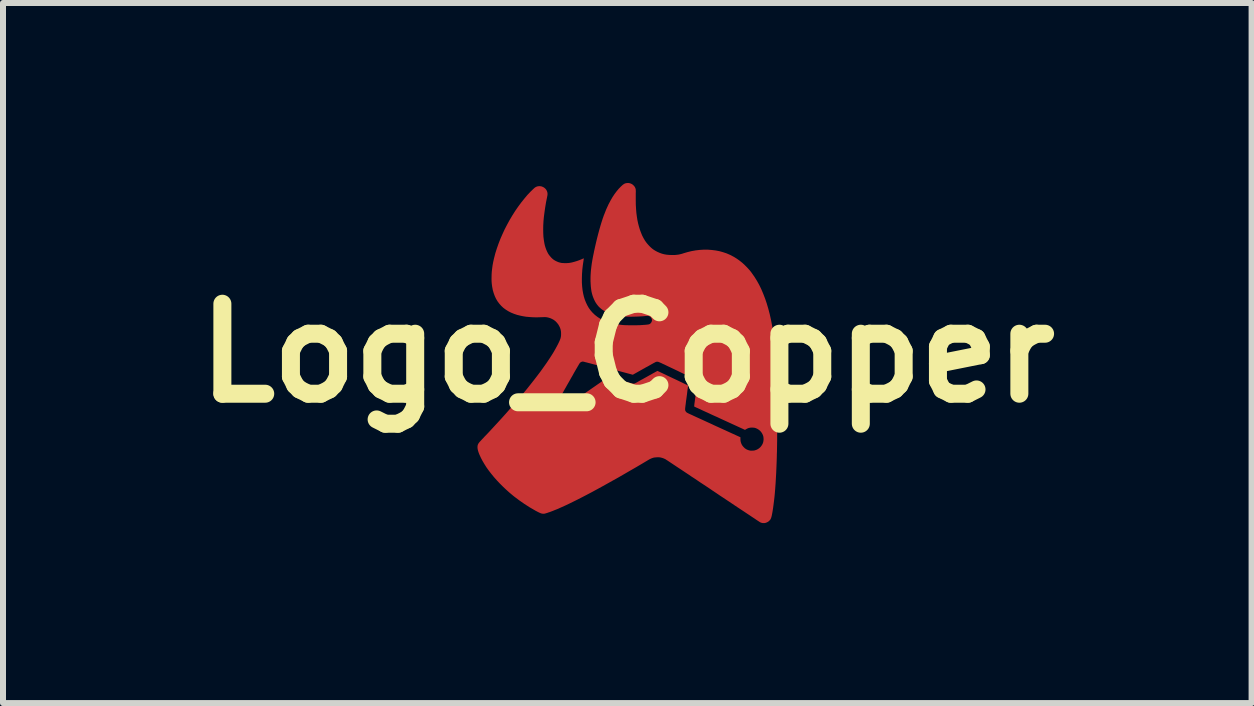
<source format=kicad_pcb>
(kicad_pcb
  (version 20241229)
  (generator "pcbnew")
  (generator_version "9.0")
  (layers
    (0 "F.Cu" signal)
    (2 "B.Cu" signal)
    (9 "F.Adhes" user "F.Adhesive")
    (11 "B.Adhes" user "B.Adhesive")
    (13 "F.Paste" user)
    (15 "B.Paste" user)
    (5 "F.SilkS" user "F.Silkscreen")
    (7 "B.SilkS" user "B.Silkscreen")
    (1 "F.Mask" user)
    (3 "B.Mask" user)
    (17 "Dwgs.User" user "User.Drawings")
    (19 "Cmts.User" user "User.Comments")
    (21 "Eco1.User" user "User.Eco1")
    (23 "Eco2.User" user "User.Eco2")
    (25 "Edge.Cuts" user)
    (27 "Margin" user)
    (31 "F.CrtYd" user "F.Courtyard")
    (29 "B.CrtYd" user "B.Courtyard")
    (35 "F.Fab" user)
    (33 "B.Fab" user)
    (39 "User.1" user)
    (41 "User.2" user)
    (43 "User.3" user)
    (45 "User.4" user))
  (footprint "Logo_Copper"
    (layer "F.Cu")
    (at 7.407 2.835)
    (property "Reference" "Logo_Copper" (at 0 0 0) (layer "F.SilkS") (effects (font (size 1.5 1.5) (thickness 0.3))))
    (attr board_only exclude_from_pos_files exclude_from_bom)
    (fp_poly (pts (xy 0.036 -2.832) (xy 0.058 -2.825) (xy 0.079 -2.815) (xy 0.097 -2.801) (xy 0.113 -2.785) (xy 0.126 -2.767) (xy 0.129 -2.761) (xy 0.132 -2.754) (xy 0.135 -2.748) (xy 0.137 -2.742) (xy 0.138 -2.736) (xy 0.14 -2.729) (xy 0.141 -2.721) (xy 0.141 -2.711) (xy 0.142 -2.699) (xy 0.142 -2.684) (xy 0.141 -2.666) (xy 0.141 -2.644) (xy 0.141 -2.62) (xy 0.141 -2.544) (xy 0.142 -2.472) (xy 0.146 -2.404) (xy 0.151 -2.339) (xy 0.159 -2.277) (xy 0.168 -2.219) (xy 0.18 -2.162) (xy 0.194 -2.109) (xy 0.208 -2.062) (xy 0.227 -2.01) (xy 0.247 -1.961) (xy 0.27 -1.916) (xy 0.294 -1.875) (xy 0.321 -1.837) (xy 0.351 -1.802) (xy 0.365 -1.787) (xy 0.389 -1.763) (xy 0.413 -1.742) (xy 0.437 -1.724) (xy 0.462 -1.708) (xy 0.489 -1.693) (xy 0.503 -1.686) (xy 0.539 -1.67) (xy 0.575 -1.657) (xy 0.612 -1.647) (xy 0.65 -1.64) (xy 0.691 -1.636) (xy 0.735 -1.634) (xy 0.744 -1.634) (xy 0.776 -1.634) (xy 0.804 -1.635) (xy 0.83 -1.638) (xy 0.854 -1.641) (xy 0.878 -1.646) (xy 0.902 -1.652) (xy 0.927 -1.659) (xy 0.934 -1.662) (xy 1.002 -1.682) (xy 1.071 -1.699) (xy 1.139 -1.711) (xy 1.207 -1.719) (xy 1.275 -1.723) (xy 1.341 -1.723) (xy 1.407 -1.718) (xy 1.472 -1.71) (xy 1.535 -1.698) (xy 1.596 -1.681) (xy 1.656 -1.661) (xy 1.714 -1.636) (xy 1.732 -1.627) (xy 1.782 -1.6) (xy 1.828 -1.571) (xy 1.873 -1.539) (xy 1.917 -1.504) (xy 1.96 -1.464) (xy 1.971 -1.453) (xy 1.995 -1.429) (xy 2.016 -1.406) (xy 2.036 -1.384) (xy 2.055 -1.361) (xy 2.074 -1.336) (xy 2.08 -1.327) (xy 2.122 -1.267) (xy 2.161 -1.204) (xy 2.199 -1.136) (xy 2.234 -1.064) (xy 2.266 -0.988) (xy 2.297 -0.908) (xy 2.325 -0.825) (xy 2.351 -0.737) (xy 2.375 -0.645) (xy 2.396 -0.55) (xy 2.415 -0.45) (xy 2.432 -0.347) (xy 2.447 -0.24) (xy 2.459 -0.129) (xy 2.464 -0.077) (xy 2.466 -0.053) (xy 2.468 -0.029) (xy 2.47 -0.006) (xy 2.471 0.017) (xy 2.473 0.041) (xy 2.474 0.065) (xy 2.476 0.091) (xy 2.477 0.118) (xy 2.478 0.146) (xy 2.48 0.177) (xy 2.481 0.21) (xy 2.482 0.246) (xy 2.484 0.284) (xy 2.485 0.326) (xy 2.486 0.372) (xy 2.488 0.421) (xy 2.489 0.475) (xy 2.49 0.489) (xy 2.491 0.555) (xy 2.493 0.625) (xy 2.494 0.697) (xy 2.495 0.77) (xy 2.496 0.846) (xy 2.497 0.922) (xy 2.498 0.998) (xy 2.498 1.075) (xy 2.499 1.152) (xy 2.499 1.227) (xy 2.498 1.301) (xy 2.498 1.373) (xy 2.498 1.444) (xy 2.497 1.511) (xy 2.496 1.575) (xy 2.495 1.636) (xy 2.493 1.692) (xy 2.493 1.705) (xy 2.49 1.808) (xy 2.486 1.906) (xy 2.482 2) (xy 2.477 2.089) (xy 2.472 2.174) (xy 2.466 2.255) (xy 2.46 2.331) (xy 2.453 2.403) (xy 2.445 2.471) (xy 2.437 2.534) (xy 2.429 2.593) (xy 2.42 2.649) (xy 2.412 2.691) (xy 2.408 2.711) (xy 2.404 2.728) (xy 2.4 2.741) (xy 2.396 2.752) (xy 2.392 2.762) (xy 2.388 2.77) (xy 2.383 2.778) (xy 2.368 2.795) (xy 2.351 2.81) (xy 2.331 2.821) (xy 2.31 2.83) (xy 2.287 2.835) (xy 2.265 2.835) (xy 2.255 2.834) (xy 2.233 2.829) (xy 2.216 2.822) (xy 2.213 2.82) (xy 2.206 2.816) (xy 2.196 2.809) (xy 2.182 2.8) (xy 2.165 2.789) (xy 2.145 2.776) (xy 2.122 2.76) (xy 2.096 2.743) (xy 2.066 2.723) (xy 2.035 2.702) (xy 2 2.679) (xy 1.964 2.655) (xy 1.925 2.629) (xy 1.884 2.602) (xy 1.84 2.573) (xy 1.795 2.543) (xy 1.749 2.512) (xy 1.7 2.479) (xy 1.65 2.446) (xy 1.599 2.412) (xy 1.546 2.377) (xy 1.493 2.341) (xy 1.438 2.304) (xy 1.427 2.297) (xy 1.373 2.26) (xy 1.319 2.224) (xy 1.266 2.189) (xy 1.214 2.155) (xy 1.164 2.121) (xy 1.115 2.088) (xy 1.067 2.057) (xy 1.022 2.026) (xy 0.978 1.997) (xy 0.936 1.969) (xy 0.897 1.943) (xy 0.859 1.918) (xy 0.824 1.895) (xy 0.791 1.873) (xy 0.761 1.853) (xy 0.734 1.835) (xy 0.71 1.819) (xy 0.689 1.805) (xy 0.671 1.793) (xy 0.656 1.784) (xy 0.645 1.776) (xy 0.637 1.771) (xy 0.633 1.769) (xy 0.633 1.769) (xy 0.61 1.758) (xy 0.585 1.749) (xy 0.558 1.742) (xy 0.552 1.741) (xy 0.541 1.739) (xy 0.529 1.738) (xy 0.516 1.738) (xy 0.501 1.738) (xy 0.494 1.738) (xy 0.47 1.74) (xy 0.449 1.742) (xy 0.428 1.747) (xy 0.408 1.754) (xy 0.387 1.763) (xy 0.365 1.774) (xy 0.345 1.786) (xy 0.241 1.848) (xy 0.139 1.908) (xy 0.038 1.966) (xy -0.06 2.023) (xy -0.155 2.078) (xy -0.249 2.13) (xy -0.34 2.181) (xy -0.428 2.23) (xy -0.514 2.277) (xy -0.597 2.322) (xy -0.677 2.364) (xy -0.754 2.404) (xy -0.828 2.442) (xy -0.899 2.477) (xy -0.966 2.51) (xy -1.029 2.54) (xy -1.089 2.567) (xy -1.114 2.578) (xy -1.144 2.592) (xy -1.175 2.605) (xy -1.206 2.617) (xy -1.235 2.629) (xy -1.264 2.64) (xy -1.29 2.65) (xy -1.315 2.658) (xy -1.337 2.666) (xy -1.355 2.671) (xy -1.371 2.676) (xy -1.381 2.678) (xy -1.392 2.679) (xy -1.403 2.679) (xy -1.414 2.678) (xy -1.425 2.676) (xy -1.438 2.673) (xy -1.452 2.667) (xy -1.468 2.66) (xy -1.487 2.651) (xy -1.508 2.64) (xy -1.533 2.627) (xy -1.539 2.623) (xy -1.629 2.571) (xy -1.716 2.515) (xy -1.802 2.455) (xy -1.886 2.392) (xy -1.902 2.379) (xy -1.961 2.33) (xy -2.018 2.279) (xy -2.072 2.228) (xy -2.125 2.175) (xy -2.175 2.122) (xy -2.223 2.068) (xy -2.267 2.014) (xy -2.309 1.96) (xy -2.347 1.907) (xy -2.381 1.853) (xy -2.412 1.801) (xy -2.439 1.75) (xy -2.462 1.7) (xy -2.467 1.689) (xy -2.479 1.657) (xy -2.488 1.629) (xy -2.494 1.604) (xy -2.497 1.581) (xy -2.497 1.56) (xy -2.495 1.541) (xy -2.489 1.523) (xy -2.48 1.506) (xy -2.468 1.49) (xy -2.457 1.477) (xy -2.45 1.47) (xy -2.441 1.46) (xy -2.43 1.448) (xy -2.418 1.435) (xy -2.404 1.421) (xy -2.391 1.407) (xy -2.391 1.406) (xy -2.316 1.328) (xy -2.242 1.248) (xy -2.168 1.168) (xy -2.094 1.087) (xy -2.022 1.007) (xy -1.952 0.927) (xy -1.885 0.851) (xy -1.175 0.851) (xy -1.174 0.867) (xy -1.17 0.883) (xy -1.162 0.898) (xy -1.158 0.904) (xy -1.15 0.911) (xy -1.14 0.918) (xy -1.135 0.921) (xy -1.127 0.925) (xy -1.12 0.927) (xy -1.114 0.928) (xy -1.106 0.928) (xy -1.1 0.928) (xy -1.088 0.926) (xy -1.078 0.924) (xy -1.073 0.923) (xy -1.07 0.921) (xy -1.064 0.917) (xy -1.054 0.91) (xy -1.041 0.901) (xy -1.025 0.89) (xy -1.006 0.877) (xy -0.985 0.862) (xy -0.96 0.845) (xy -0.934 0.827) (xy -0.905 0.807) (xy -0.875 0.786) (xy -0.842 0.764) (xy -0.808 0.74) (xy -0.773 0.716) (xy -0.736 0.69) (xy -0.699 0.665) (xy -0.692 0.66) (xy -0.319 0.401) (xy -0.115 0.456) (xy -0.079 0.466) (xy -0.047 0.474) (xy -0.019 0.482) (xy 0.006 0.488) (xy 0.027 0.494) (xy 0.045 0.498) (xy 0.06 0.502) (xy 0.073 0.505) (xy 0.083 0.507) (xy 0.092 0.509) (xy 0.099 0.51) (xy 0.105 0.51) (xy 0.11 0.51) (xy 0.114 0.51) (xy 0.117 0.509) (xy 0.121 0.509) (xy 0.121 0.508) (xy 0.125 0.507) (xy 0.132 0.503) (xy 0.142 0.498) (xy 0.156 0.491) (xy 0.172 0.482) (xy 0.191 0.471) (xy 0.212 0.459) (xy 0.235 0.446) (xy 0.26 0.433) (xy 0.286 0.418) (xy 0.314 0.403) (xy 0.315 0.402) (xy 0.342 0.387) (xy 0.368 0.372) (xy 0.393 0.359) (xy 0.415 0.346) (xy 0.436 0.334) (xy 0.455 0.324) (xy 0.471 0.315) (xy 0.484 0.308) (xy 0.493 0.303) (xy 0.5 0.299) (xy 0.503 0.298) (xy 0.503 0.298) (xy 0.505 0.299) (xy 0.511 0.302) (xy 0.521 0.306) (xy 0.534 0.312) (xy 0.55 0.32) (xy 0.569 0.329) (xy 0.59 0.339) (xy 0.613 0.35) (xy 0.637 0.361) (xy 0.663 0.374) (xy 0.69 0.387) (xy 0.718 0.4) (xy 0.746 0.413) (xy 0.775 0.427) (xy 0.803 0.44) (xy 0.831 0.453) (xy 0.858 0.466) (xy 0.884 0.479) (xy 0.908 0.49) (xy 0.93 0.501) (xy 0.951 0.511) (xy 0.969 0.52) (xy 0.984 0.527) (xy 0.997 0.533) (xy 1.006 0.537) (xy 1.011 0.54) (xy 1.013 0.541) (xy 1.013 0.543) (xy 1.012 0.55) (xy 1.011 0.561) (xy 1.009 0.575) (xy 1.007 0.593) (xy 1.004 0.613) (xy 1.001 0.636) (xy 0.998 0.661) (xy 0.995 0.688) (xy 0.991 0.717) (xy 0.989 0.732) (xy 0.984 0.769) (xy 0.979 0.801) (xy 0.976 0.829) (xy 0.973 0.854) (xy 0.97 0.875) (xy 0.968 0.892) (xy 0.966 0.908) (xy 0.965 0.92) (xy 0.964 0.931) (xy 0.964 0.939) (xy 0.964 0.946) (xy 0.965 0.952) (xy 0.966 0.956) (xy 0.967 0.96) (xy 0.968 0.964) (xy 0.97 0.967) (xy 0.976 0.976) (xy 0.983 0.985) (xy 0.993 0.993) (xy 1.006 1) (xy 1.02 1.007) (xy 1.025 1.01) (xy 1.034 1.014) (xy 1.047 1.02) (xy 1.063 1.027) (xy 1.083 1.036) (xy 1.106 1.047) (xy 1.132 1.059) (xy 1.16 1.072) (xy 1.191 1.086) (xy 1.224 1.101) (xy 1.259 1.117) (xy 1.296 1.134) (xy 1.335 1.152) (xy 1.375 1.17) (xy 1.416 1.189) (xy 1.458 1.209) (xy 1.467 1.213) (xy 1.886 1.404) (xy 1.886 1.434) (xy 1.887 1.456) (xy 1.89 1.476) (xy 1.895 1.494) (xy 1.902 1.513) (xy 1.906 1.522) (xy 1.921 1.547) (xy 1.94 1.569) (xy 1.961 1.589) (xy 1.985 1.605) (xy 2.012 1.617) (xy 2.037 1.624) (xy 2.052 1.627) (xy 2.069 1.628) (xy 2.088 1.627) (xy 2.106 1.626) (xy 2.121 1.624) (xy 2.124 1.623) (xy 2.152 1.614) (xy 2.178 1.601) (xy 2.202 1.584) (xy 2.223 1.564) (xy 2.24 1.541) (xy 2.255 1.516) (xy 2.265 1.488) (xy 2.267 1.479) (xy 2.27 1.46) (xy 2.272 1.439) (xy 2.271 1.418) (xy 2.269 1.397) (xy 2.264 1.379) (xy 2.264 1.377) (xy 2.252 1.349) (xy 2.236 1.323) (xy 2.217 1.3) (xy 2.195 1.281) (xy 2.17 1.265) (xy 2.165 1.263) (xy 2.145 1.253) (xy 2.125 1.247) (xy 2.105 1.244) (xy 2.082 1.243) (xy 2.079 1.243) (xy 2.05 1.244) (xy 2.022 1.25) (xy 1.996 1.261) (xy 1.973 1.274) (xy 1.962 1.281) (xy 1.539 1.087) (xy 1.497 1.067) (xy 1.456 1.049) (xy 1.416 1.031) (xy 1.378 1.013) (xy 1.342 0.996) (xy 1.308 0.981) (xy 1.275 0.966) (xy 1.245 0.952) (xy 1.218 0.939) (xy 1.194 0.928) (xy 1.172 0.918) (xy 1.153 0.91) (xy 1.138 0.903) (xy 1.127 0.897) (xy 1.119 0.893) (xy 1.115 0.892) (xy 1.115 0.891) (xy 1.115 0.889) (xy 1.115 0.882) (xy 1.117 0.871) (xy 1.118 0.857) (xy 1.12 0.839) (xy 1.123 0.819) (xy 1.126 0.796) (xy 1.129 0.77) (xy 1.133 0.743) (xy 1.137 0.714) (xy 1.14 0.694) (xy 1.144 0.658) (xy 1.149 0.627) (xy 1.152 0.599) (xy 1.156 0.576) (xy 1.158 0.555) (xy 1.16 0.538) (xy 1.162 0.523) (xy 1.163 0.511) (xy 1.163 0.501) (xy 1.164 0.493) (xy 1.163 0.487) (xy 1.163 0.482) (xy 1.162 0.477) (xy 1.16 0.473) (xy 1.159 0.47) (xy 1.157 0.466) (xy 1.154 0.463) (xy 1.154 0.462) (xy 1.148 0.454) (xy 1.142 0.446) (xy 1.138 0.443) (xy 1.135 0.441) (xy 1.128 0.438) (xy 1.117 0.432) (xy 1.103 0.425) (xy 1.086 0.417) (xy 1.065 0.407) (xy 1.042 0.395) (xy 1.016 0.383) (xy 0.988 0.369) (xy 0.958 0.355) (xy 0.927 0.34) (xy 0.893 0.324) (xy 0.859 0.307) (xy 0.826 0.291) (xy 0.784 0.271) (xy 0.746 0.253) (xy 0.712 0.237) (xy 0.682 0.223) (xy 0.655 0.21) (xy 0.631 0.198) (xy 0.61 0.188) (xy 0.591 0.18) (xy 0.576 0.172) (xy 0.562 0.166) (xy 0.551 0.161) (xy 0.541 0.157) (xy 0.533 0.153) (xy 0.527 0.151) (xy 0.522 0.149) (xy 0.517 0.147) (xy 0.514 0.146) (xy 0.511 0.146) (xy 0.509 0.145) (xy 0.506 0.145) (xy 0.504 0.145) (xy 0.489 0.145) (xy 0.478 0.148) (xy 0.478 0.148) (xy 0.474 0.149) (xy 0.467 0.153) (xy 0.456 0.159) (xy 0.442 0.166) (xy 0.426 0.175) (xy 0.406 0.186) (xy 0.385 0.198) (xy 0.362 0.211) (xy 0.337 0.225) (xy 0.31 0.239) (xy 0.283 0.255) (xy 0.28 0.256) (xy 0.092 0.362) (xy -0.319 0.252) (xy -0.371 0.238) (xy -0.421 0.225) (xy -0.467 0.212) (xy -0.511 0.201) (xy -0.55 0.191) (xy -0.587 0.181) (xy -0.62 0.172) (xy -0.649 0.165) (xy -0.674 0.158) (xy -0.696 0.153) (xy -0.713 0.148) (xy -0.726 0.145) (xy -0.735 0.143) (xy -0.74 0.142) (xy -0.74 0.142) (xy -0.755 0.144) (xy -0.77 0.15) (xy -0.784 0.159) (xy -0.789 0.163) (xy -0.79 0.165) (xy -0.793 0.169) (xy -0.796 0.174) (xy -0.801 0.18) (xy -0.806 0.189) (xy -0.812 0.2) (xy -0.82 0.213) (xy -0.829 0.228) (xy -0.839 0.246) (xy -0.851 0.266) (xy -0.865 0.29) (xy -0.88 0.316) (xy -0.897 0.346) (xy -0.915 0.379) (xy -0.936 0.415) (xy -0.959 0.456) (xy -0.984 0.5) (xy -1.005 0.536) (xy -1.024 0.571) (xy -1.044 0.605) (xy -1.062 0.638) (xy -1.079 0.668) (xy -1.096 0.697) (xy -1.111 0.724) (xy -1.124 0.749) (xy -1.137 0.77) (xy -1.147 0.79) (xy -1.156 0.806) (xy -1.163 0.819) (xy -1.168 0.828) (xy -1.171 0.834) (xy -1.172 0.835) (xy -1.175 0.851) (xy -1.885 0.851) (xy -1.884 0.849) (xy -1.819 0.774) (xy -1.805 0.757) (xy -1.736 0.675) (xy -1.671 0.596) (xy -1.609 0.518) (xy -1.55 0.443) (xy -1.494 0.37) (xy -1.441 0.3) (xy -1.392 0.231) (xy -1.346 0.166) (xy -1.303 0.102) (xy -1.264 0.042) (xy -1.228 -0.016) (xy -1.196 -0.072) (xy -1.168 -0.124) (xy -1.16 -0.139) (xy -1.147 -0.165) (xy -1.136 -0.188) (xy -1.127 -0.208) (xy -1.12 -0.226) (xy -1.114 -0.242) (xy -1.11 -0.257) (xy -1.107 -0.272) (xy -1.105 -0.287) (xy -1.104 -0.303) (xy -1.104 -0.308) (xy -1.104 -0.34) (xy -1.107 -0.369) (xy -1.113 -0.397) (xy -1.123 -0.425) (xy -1.132 -0.444) (xy -1.15 -0.476) (xy -1.172 -0.504) (xy -1.196 -0.529) (xy -1.224 -0.551) (xy -1.254 -0.568) (xy -1.286 -0.582) (xy -1.32 -0.592) (xy -1.34 -0.596) (xy -1.348 -0.597) (xy -1.355 -0.598) (xy -1.363 -0.598) (xy -1.371 -0.599) (xy -1.382 -0.599) (xy -1.394 -0.598) (xy -1.41 -0.598) (xy -1.43 -0.597) (xy -1.44 -0.597) (xy -1.506 -0.595) (xy -1.569 -0.596) (xy -1.629 -0.6) (xy -1.686 -0.605) (xy -1.741 -0.614) (xy -1.78 -0.622) (xy -1.837 -0.636) (xy -1.89 -0.654) (xy -1.939 -0.674) (xy -1.985 -0.698) (xy -2.028 -0.725) (xy -2.067 -0.754) (xy -2.102 -0.787) (xy -2.134 -0.823) (xy -2.163 -0.862) (xy -2.188 -0.904) (xy -2.209 -0.949) (xy -2.227 -0.998) (xy -2.242 -1.049) (xy -2.249 -1.086) (xy -2.254 -1.113) (xy -2.257 -1.138) (xy -2.26 -1.164) (xy -2.262 -1.191) (xy -2.263 -1.22) (xy -2.263 -1.252) (xy -2.262 -1.304) (xy -2.259 -1.356) (xy -2.253 -1.408) (xy -2.246 -1.46) (xy -2.236 -1.515) (xy -2.223 -1.573) (xy -2.22 -1.585) (xy -2.2 -1.663) (xy -2.175 -1.742) (xy -2.147 -1.822) (xy -2.116 -1.902) (xy -2.081 -1.982) (xy -2.044 -2.062) (xy -2.003 -2.141) (xy -1.961 -2.218) (xy -1.916 -2.294) (xy -1.869 -2.368) (xy -1.82 -2.439) (xy -1.769 -2.508) (xy -1.717 -2.573) (xy -1.665 -2.635) (xy -1.611 -2.692) (xy -1.595 -2.707) (xy -1.577 -2.725) (xy -1.562 -2.739) (xy -1.549 -2.751) (xy -1.537 -2.76) (xy -1.526 -2.767) (xy -1.515 -2.772) (xy -1.504 -2.776) (xy -1.493 -2.779) (xy -1.478 -2.781) (xy -1.461 -2.782) (xy -1.444 -2.78) (xy -1.428 -2.777) (xy -1.427 -2.777) (xy -1.403 -2.767) (xy -1.382 -2.754) (xy -1.364 -2.738) (xy -1.35 -2.72) (xy -1.339 -2.699) (xy -1.332 -2.676) (xy -1.33 -2.659) (xy -1.33 -2.65) (xy -1.33 -2.641) (xy -1.331 -2.632) (xy -1.333 -2.62) (xy -1.336 -2.606) (xy -1.336 -2.604) (xy -1.354 -2.516) (xy -1.368 -2.432) (xy -1.38 -2.35) (xy -1.39 -2.273) (xy -1.397 -2.199) (xy -1.401 -2.128) (xy -1.402 -2.061) (xy -1.401 -1.997) (xy -1.398 -1.938) (xy -1.391 -1.882) (xy -1.382 -1.829) (xy -1.375 -1.796) (xy -1.364 -1.759) (xy -1.351 -1.723) (xy -1.336 -1.689) (xy -1.32 -1.658) (xy -1.309 -1.641) (xy -1.296 -1.624) (xy -1.281 -1.606) (xy -1.265 -1.588) (xy -1.248 -1.572) (xy -1.232 -1.558) (xy -1.231 -1.558) (xy -1.205 -1.541) (xy -1.175 -1.526) (xy -1.143 -1.513) (xy -1.108 -1.504) (xy -1.107 -1.504) (xy -1.092 -1.501) (xy -1.073 -1.5) (xy -1.053 -1.499) (xy -1.03 -1.498) (xy -1.008 -1.499) (xy -0.987 -1.5) (xy -0.968 -1.502) (xy -0.961 -1.503) (xy -0.923 -1.51) (xy -0.882 -1.521) (xy -0.839 -1.534) (xy -0.797 -1.549) (xy -0.755 -1.566) (xy -0.745 -1.571) (xy -0.737 -1.574) (xy -0.73 -1.577) (xy -0.726 -1.579) (xy -0.725 -1.579) (xy -0.725 -1.577) (xy -0.726 -1.571) (xy -0.727 -1.562) (xy -0.728 -1.551) (xy -0.729 -1.546) (xy -0.741 -1.466) (xy -0.75 -1.389) (xy -0.755 -1.315) (xy -0.757 -1.245) (xy -0.757 -1.177) (xy -0.753 -1.112) (xy -0.746 -1.05) (xy -0.736 -0.992) (xy -0.723 -0.937) (xy -0.709 -0.892) (xy -0.689 -0.842) (xy -0.667 -0.796) (xy -0.642 -0.752) (xy -0.613 -0.712) (xy -0.581 -0.675) (xy -0.545 -0.64) (xy -0.531 -0.628) (xy -0.493 -0.599) (xy -0.452 -0.573) (xy -0.407 -0.55) (xy -0.359 -0.529) (xy -0.307 -0.511) (xy -0.253 -0.496) (xy -0.195 -0.483) (xy -0.149 -0.476) (xy -0.129 -0.473) (xy -0.111 -0.471) (xy -0.094 -0.469) (xy -0.077 -0.467) (xy -0.061 -0.466) (xy -0.043 -0.465) (xy -0.024 -0.464) (xy -0.003 -0.464) (xy 0.021 -0.463) (xy 0.048 -0.463) (xy 0.079 -0.463) (xy 0.083 -0.463) (xy 0.113 -0.463) (xy 0.139 -0.463) (xy 0.162 -0.463) (xy 0.182 -0.464) (xy 0.201 -0.464) (xy 0.219 -0.465) (xy 0.236 -0.466) (xy 0.254 -0.467) (xy 0.274 -0.469) (xy 0.295 -0.47) (xy 0.316 -0.472) (xy 0.334 -0.474) (xy 0.348 -0.476) (xy 0.36 -0.478) (xy 0.368 -0.481) (xy 0.376 -0.485) (xy 0.383 -0.49) (xy 0.389 -0.496) (xy 0.39 -0.497) (xy 0.401 -0.511) (xy 0.408 -0.527) (xy 0.412 -0.544) (xy 0.41 -0.56) (xy 0.405 -0.577) (xy 0.395 -0.592) (xy 0.39 -0.597) (xy 0.383 -0.604) (xy 0.376 -0.609) (xy 0.369 -0.613) (xy 0.361 -0.616) (xy 0.351 -0.618) (xy 0.339 -0.618) (xy 0.324 -0.618) (xy 0.305 -0.617) (xy 0.285 -0.615) (xy 0.249 -0.612) (xy 0.211 -0.61) (xy 0.173 -0.608) (xy 0.135 -0.607) (xy 0.097 -0.606) (xy 0.06 -0.605) (xy 0.026 -0.606) (xy -0.005 -0.607) (xy -0.033 -0.608) (xy -0.036 -0.608) (xy -0.092 -0.614) (xy -0.144 -0.621) (xy -0.192 -0.63) (xy -0.237 -0.64) (xy -0.278 -0.653) (xy -0.317 -0.668) (xy -0.346 -0.681) (xy -0.386 -0.702) (xy -0.422 -0.726) (xy -0.454 -0.752) (xy -0.483 -0.781) (xy -0.509 -0.814) (xy -0.532 -0.849) (xy -0.549 -0.882) (xy -0.564 -0.916) (xy -0.577 -0.951) (xy -0.588 -0.988) (xy -0.597 -1.026) (xy -0.603 -1.066) (xy -0.608 -1.11) (xy -0.611 -1.157) (xy -0.613 -1.199) (xy -0.613 -1.245) (xy -0.612 -1.292) (xy -0.609 -1.34) (xy -0.605 -1.388) (xy -0.599 -1.439) (xy -0.592 -1.492) (xy -0.583 -1.547) (xy -0.572 -1.606) (xy -0.559 -1.669) (xy -0.555 -1.69) (xy -0.537 -1.772) (xy -0.519 -1.85) (xy -0.501 -1.924) (xy -0.483 -1.994) (xy -0.465 -2.06) (xy -0.447 -2.123) (xy -0.429 -2.182) (xy -0.411 -2.238) (xy -0.392 -2.292) (xy -0.372 -2.342) (xy -0.353 -2.391) (xy -0.332 -2.437) (xy -0.312 -2.481) (xy -0.31 -2.484) (xy -0.279 -2.543) (xy -0.247 -2.598) (xy -0.214 -2.648) (xy -0.179 -2.695) (xy -0.143 -2.738) (xy -0.106 -2.776) (xy -0.095 -2.786) (xy -0.079 -2.801) (xy -0.064 -2.812) (xy -0.05 -2.821) (xy -0.037 -2.827) (xy -0.022 -2.831) (xy -0.009 -2.833) (xy 0.013 -2.835)) (stroke (width 0) (type solid)) (fill yes) (layer "F.Cu")))
  (gr_rect
    (start -3 -3)
    (end 17.814 8.67)
    (stroke (width 0.1) (type default))
    (fill no)
    (layer "Edge.Cuts")))
</source>
